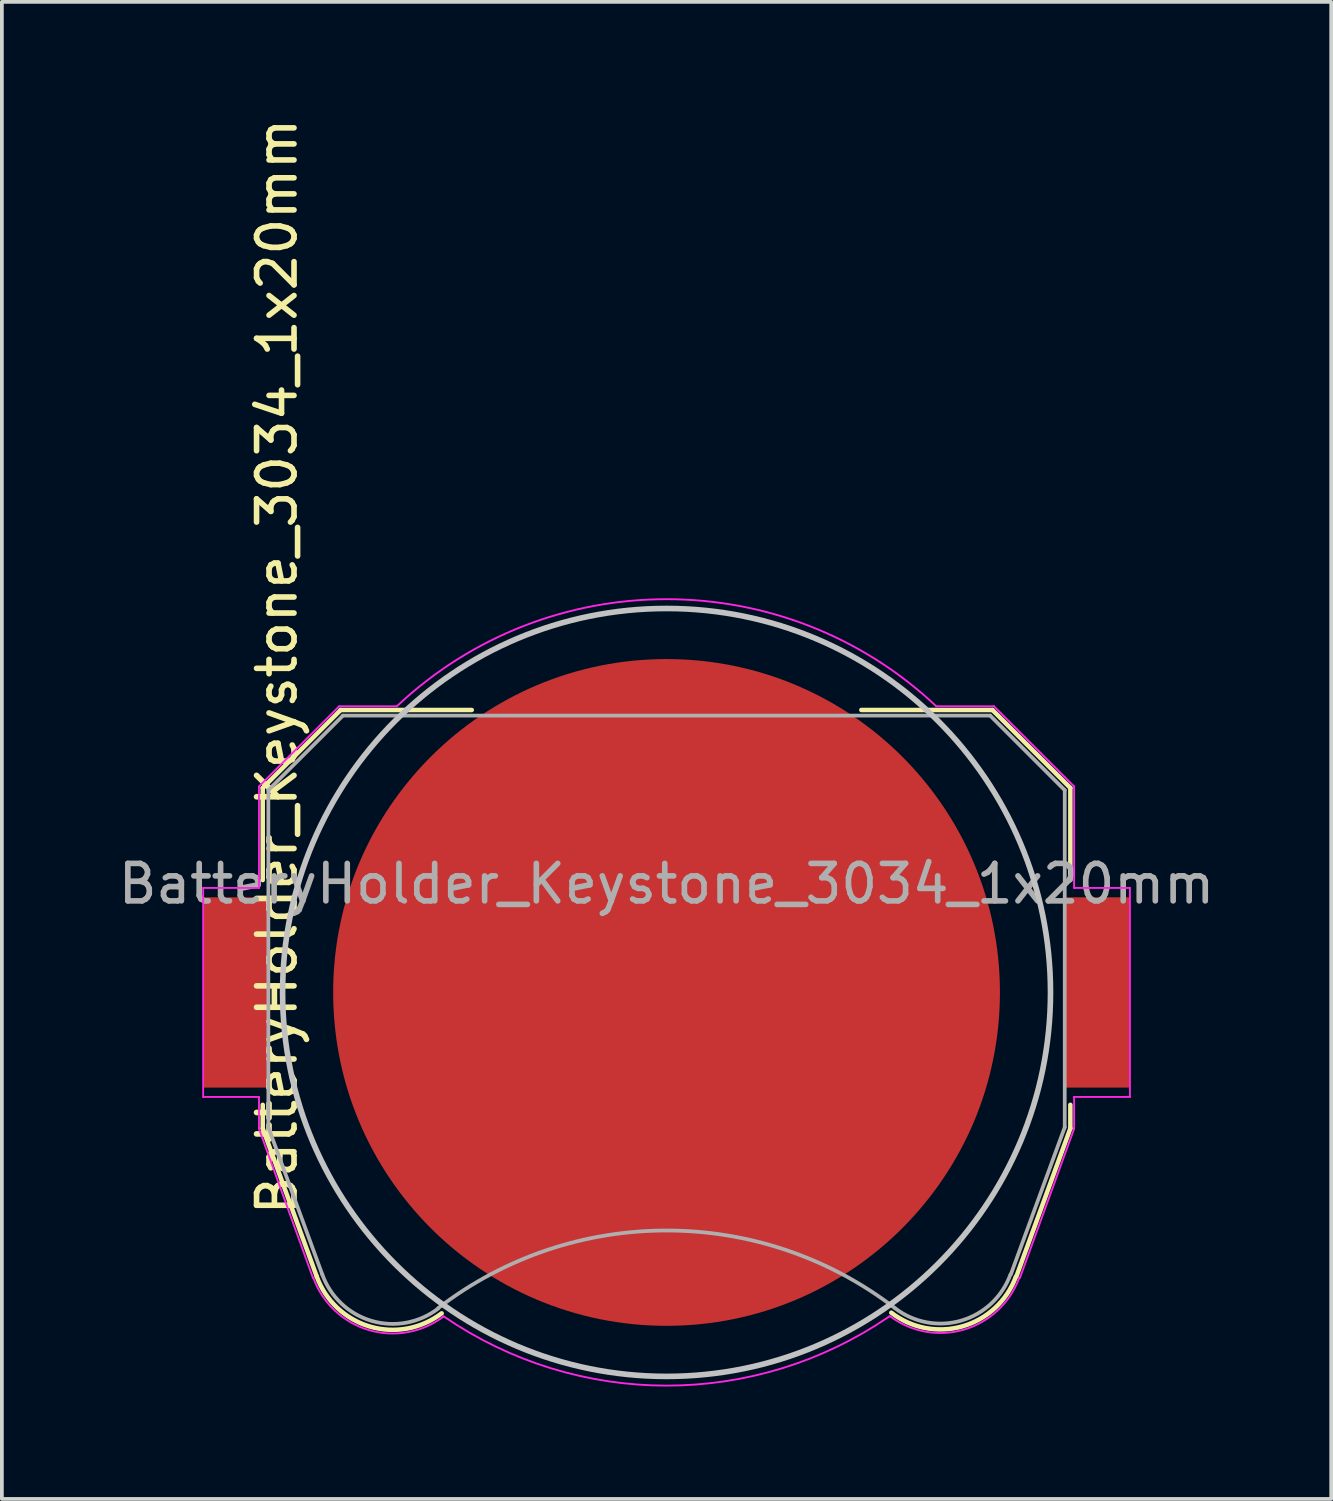
<source format=kicad_pcb>
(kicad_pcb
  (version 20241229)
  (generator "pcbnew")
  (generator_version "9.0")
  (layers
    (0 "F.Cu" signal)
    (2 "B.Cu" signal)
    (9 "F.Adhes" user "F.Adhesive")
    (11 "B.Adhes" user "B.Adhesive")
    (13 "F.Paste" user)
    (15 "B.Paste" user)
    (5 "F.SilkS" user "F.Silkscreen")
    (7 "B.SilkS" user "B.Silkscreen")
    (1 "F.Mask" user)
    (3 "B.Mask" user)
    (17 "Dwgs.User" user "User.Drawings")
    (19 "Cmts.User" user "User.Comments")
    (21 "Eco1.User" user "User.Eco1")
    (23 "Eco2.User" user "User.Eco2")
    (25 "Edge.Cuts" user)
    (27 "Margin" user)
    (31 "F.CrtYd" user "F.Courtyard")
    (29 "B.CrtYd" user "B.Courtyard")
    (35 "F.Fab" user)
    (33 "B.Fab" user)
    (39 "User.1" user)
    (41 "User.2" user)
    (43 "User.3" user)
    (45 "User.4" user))
  (footprint "BatteryHolder_Keystone_3034_1x20mm"
    (layer "F.Cu")
    (at 14.744 23.444)
    (property "Reference" "BatteryHolder_Keystone_3034_1x20mm" (at -10.4 -8.7 270) (layer "F.SilkS") (effects (font (size 1 1) (thickness 0.15))))
    (attr smd)
    (fp_line (start -10.78 -5.46) (end -10.78 -3) (stroke (width 0.12) (type solid)) (layer "F.SilkS"))
    (fp_line (start -10.78 3) (end -10.78 3.63) (stroke (width 0.12) (type solid)) (layer "F.SilkS"))
    (fp_line (start -10.78 3.63) (end -9.34 7.58) (stroke (width 0.12) (type solid)) (layer "F.SilkS"))
    (fp_line (start -8.7 -7.54) (end -10.78 -5.46) (stroke (width 0.12) (type solid)) (layer "F.SilkS"))
    (fp_line (start -5.2 -7.54) (end -8.7 -7.54) (stroke (width 0.12) (type solid)) (layer "F.SilkS"))
    (fp_line (start 8.7 -7.54) (end 5.2 -7.54) (stroke (width 0.12) (type solid)) (layer "F.SilkS"))
    (fp_line (start 8.7 -7.54) (end 10.78 -5.46) (stroke (width 0.12) (type solid)) (layer "F.SilkS"))
    (fp_line (start 10.78 -5.46) (end 10.78 -3) (stroke (width 0.12) (type solid)) (layer "F.SilkS"))
    (fp_line (start 10.78 3) (end 10.78 3.63) (stroke (width 0.12) (type solid)) (layer "F.SilkS"))
    (fp_line (start 10.78 3.63) (end 9.34 7.58) (stroke (width 0.12) (type solid)) (layer "F.SilkS"))
    (fp_arc (start -6.003354 8.56653) (mid -7.921654 8.918738) (end -9.34 7.58) (stroke (width 0.12) (type solid)) (layer "F.SilkS"))
    (fp_arc (start 9.325243 7.588169) (mid 7.90634 8.911668) (end 6 8.55) (stroke (width 0.12) (type solid)) (layer "F.SilkS"))
    (fp_circle (center 0 0) (end 0 10.25) (stroke (width 0.15) (type solid)) (fill no) (layer "Dwgs.User"))
    (fp_line (start -12.37 -2.79) (end -12.37 2.79) (stroke (width 0.05) (type solid)) (layer "F.CrtYd"))
    (fp_line (start -12.37 2.79) (end -10.88 2.79) (stroke (width 0.05) (type solid)) (layer "F.CrtYd"))
    (fp_line (start -10.88 -5.5) (end -10.88 -2.79) (stroke (width 0.05) (type solid)) (layer "F.CrtYd"))
    (fp_line (start -10.88 -2.79) (end -12.37 -2.79) (stroke (width 0.05) (type solid)) (layer "F.CrtYd"))
    (fp_line (start -10.88 2.79) (end -10.88 3.64) (stroke (width 0.05) (type solid)) (layer "F.CrtYd"))
    (fp_line (start -10.88 3.64) (end -9.44 7.62) (stroke (width 0.05) (type solid)) (layer "F.CrtYd"))
    (fp_line (start -8.74 -7.64) (end -10.88 -5.5) (stroke (width 0.05) (type solid)) (layer "F.CrtYd"))
    (fp_line (start -7.2 -7.64) (end -8.74 -7.64) (stroke (width 0.05) (type solid)) (layer "F.CrtYd"))
    (fp_line (start 8.74 -7.64) (end 7.2 -7.64) (stroke (width 0.05) (type solid)) (layer "F.CrtYd"))
    (fp_line (start 9.43 7.63) (end 10.88 3.64) (stroke (width 0.05) (type solid)) (layer "F.CrtYd"))
    (fp_line (start 10.88 -5.5) (end 8.74 -7.64) (stroke (width 0.05) (type solid)) (layer "F.CrtYd"))
    (fp_line (start 10.88 -2.79) (end 10.88 -5.5) (stroke (width 0.05) (type solid)) (layer "F.CrtYd"))
    (fp_line (start 10.88 2.79) (end 12.37 2.79) (stroke (width 0.05) (type solid)) (layer "F.CrtYd"))
    (fp_line (start 10.88 3.64) (end 10.88 2.79) (stroke (width 0.05) (type solid)) (layer "F.CrtYd"))
    (fp_line (start 12.37 -2.79) (end 10.88 -2.79) (stroke (width 0.05) (type solid)) (layer "F.CrtYd"))
    (fp_line (start 12.37 2.79) (end 12.37 -2.79) (stroke (width 0.05) (type solid)) (layer "F.CrtYd"))
    (fp_arc (start -7.199546 -7.640427) (mid 0.000312 -10.498075) (end 7.2 -7.64) (stroke (width 0.05) (type solid)) (layer "F.CrtYd"))
    (fp_arc (start -5.956965 8.654604) (mid -7.953941 9.011629) (end -9.43 7.62) (stroke (width 0.05) (type solid)) (layer "F.CrtYd"))
    (fp_arc (start 5.945368 8.650075) (mid -0.008883 10.496243) (end -5.96 8.64) (stroke (width 0.05) (type solid)) (layer "F.CrtYd"))
    (fp_arc (start 9.415144 7.621341) (mid 7.944017 9.000493) (end 5.96 8.64) (stroke (width 0.05) (type solid)) (layer "F.CrtYd"))
    (fp_line (start -10.63 -5.4) (end -8.64 -7.39) (stroke (width 0.1) (type solid)) (layer "F.Fab"))
    (fp_line (start -10.63 3.6) (end -10.63 -5.4) (stroke (width 0.1) (type solid)) (layer "F.Fab"))
    (fp_line (start -9.19 7.53) (end -10.63 3.6) (stroke (width 0.1) (type solid)) (layer "F.Fab"))
    (fp_line (start -8.64 -7.39) (end 8.64 -7.39) (stroke (width 0.1) (type solid)) (layer "F.Fab"))
    (fp_line (start 8.64 -7.39) (end 10.63 -5.4) (stroke (width 0.1) (type solid)) (layer "F.Fab"))
    (fp_line (start 10.63 -5.4) (end 10.63 3.6) (stroke (width 0.1) (type solid)) (layer "F.Fab"))
    (fp_line (start 10.63 3.6) (end 9.19 7.53) (stroke (width 0.1) (type solid)) (layer "F.Fab"))
    (fp_arc (start -6.096146 8.438508) (mid -7.87328 8.768206) (end -9.19 7.53) (stroke (width 0.1) (type solid)) (layer "F.Fab"))
    (fp_arc (start -6.094852 8.426043) (mid 0.003247 6.355257) (end 6.1 8.43) (stroke (width 0.1) (type solid)) (layer "F.Fab"))
    (fp_arc (start 9.180727 7.528882) (mid 7.868698 8.760067) (end 6.1 8.43) (stroke (width 0.1) (type solid)) (layer "F.Fab"))
    (fp_text user "${REFERENCE}" (at 0 -2.9 180) (layer "F.Fab") (effects (font (size 1 1) (thickness 0.15))))
    (pad "1" smd rect (at -11.485 0) (size 1.77 5.08) (layers "F.Cu" "F.Mask" "F.Paste"))
    (pad "1" smd rect (at 11.485 0) (size 1.77 5.08) (layers "F.Cu" "F.Mask" "F.Paste"))
    (pad "2" smd circle (at 0 0) (size 17.8 17.8) (layers "F.Cu" "F.Mask")))
  (gr_rect
    (start -3 -3)
    (end 32.488 36.965)
    (stroke (width 0.1) (type default))
    (fill no)
    (layer "Edge.Cuts")))
</source>
